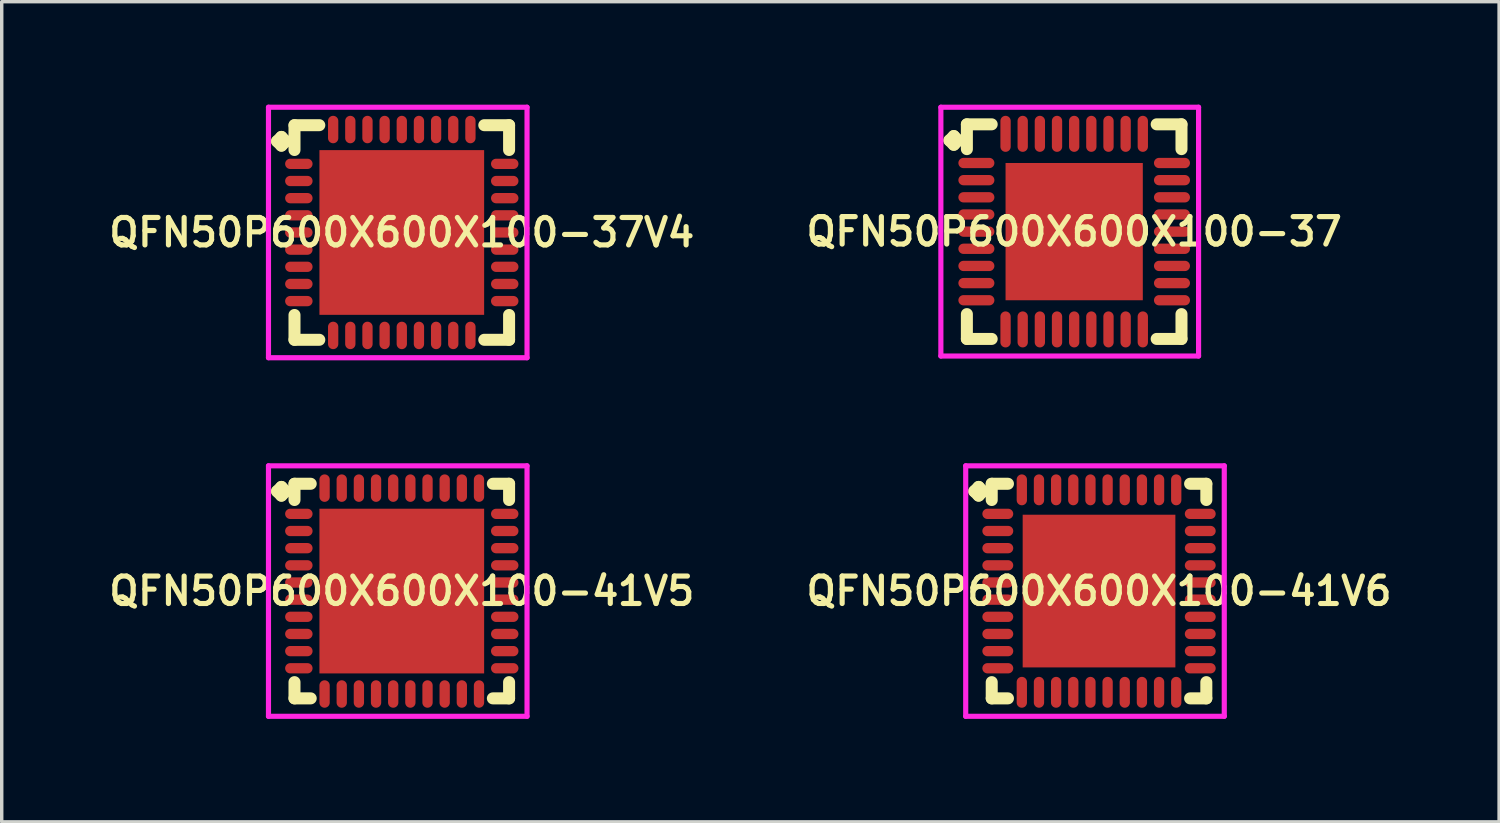
<source format=kicad_pcb>
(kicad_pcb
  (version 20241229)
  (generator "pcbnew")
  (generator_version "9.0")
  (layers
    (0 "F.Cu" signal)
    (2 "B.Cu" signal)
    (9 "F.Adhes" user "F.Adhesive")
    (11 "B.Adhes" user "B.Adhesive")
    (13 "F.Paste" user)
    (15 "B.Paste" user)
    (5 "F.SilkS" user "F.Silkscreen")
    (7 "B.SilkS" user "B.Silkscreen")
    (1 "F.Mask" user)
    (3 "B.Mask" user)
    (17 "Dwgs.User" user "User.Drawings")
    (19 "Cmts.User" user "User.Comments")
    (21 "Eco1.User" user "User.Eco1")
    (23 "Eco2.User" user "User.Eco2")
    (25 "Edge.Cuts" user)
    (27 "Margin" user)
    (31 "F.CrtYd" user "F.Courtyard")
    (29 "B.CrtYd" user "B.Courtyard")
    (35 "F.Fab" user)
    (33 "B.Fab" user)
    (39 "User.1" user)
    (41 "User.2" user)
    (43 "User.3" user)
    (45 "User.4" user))
  (footprint "QFN50P600X600X100-41V6"
    (layer "F.Cu")
    (at 28.978 14.175)
    (property "Reference" "QFN50P600X600X100-41V6" (at 0 0 0) (layer "F.SilkS") (effects (font (size 0.8 0.8) (thickness 0.15))))
    (attr smd)
    (fp_line (start -3.635 -2.908) (end -3.508 -3.035) (stroke (width 0.35) (type solid)) (layer "F.SilkS"))
    (fp_line (start -3.508 -3.035) (end -3.381 -2.908) (stroke (width 0.35) (type solid)) (layer "F.SilkS"))
    (fp_line (start -3.508 -2.781) (end -3.635 -2.908) (stroke (width 0.35) (type solid)) (layer "F.SilkS"))
    (fp_line (start -3.381 -2.908) (end -3.508 -2.781) (stroke (width 0.35) (type solid)) (layer "F.SilkS"))
    (fp_line (start -3.127 -3.127) (end -2.654 -3.127) (stroke (width 0.35) (type solid)) (layer "F.SilkS"))
    (fp_line (start -3.127 -2.654) (end -3.127 -3.127) (stroke (width 0.35) (type solid)) (layer "F.SilkS"))
    (fp_line (start -3.127 2.654) (end -3.127 3.127) (stroke (width 0.35) (type solid)) (layer "F.SilkS"))
    (fp_line (start -3.127 3.127) (end -2.654 3.127) (stroke (width 0.35) (type solid)) (layer "F.SilkS"))
    (fp_line (start 2.654 -3.127) (end 3.127 -3.127) (stroke (width 0.35) (type solid)) (layer "F.SilkS"))
    (fp_line (start 2.654 3.127) (end 3.127 3.127) (stroke (width 0.35) (type solid)) (layer "F.SilkS"))
    (fp_line (start 3.127 -3.127) (end 3.127 -2.654) (stroke (width 0.35) (type solid)) (layer "F.SilkS"))
    (fp_line (start 3.127 3.127) (end 3.127 2.654) (stroke (width 0.35) (type solid)) (layer "F.SilkS"))
    (fp_line (start -3.885 -3.65) (end 3.65 -3.65) (stroke (width 0.15) (type solid)) (layer "F.CrtYd"))
    (fp_line (start -3.885 3.65) (end -3.885 -3.65) (stroke (width 0.15) (type solid)) (layer "F.CrtYd"))
    (fp_line (start 3.65 -3.65) (end 3.65 3.65) (stroke (width 0.15) (type solid)) (layer "F.CrtYd"))
    (fp_line (start 3.65 3.65) (end -3.885 3.65) (stroke (width 0.15) (type solid)) (layer "F.CrtYd"))
    (pad "1" smd oval (at -2.95 -2.25) (size 0.9 0.3) (layers "F.Cu" "F.Mask" "F.Paste"))
    (pad "2" smd oval (at -2.95 -1.75) (size 0.9 0.3) (layers "F.Cu" "F.Mask" "F.Paste"))
    (pad "3" smd oval (at -2.95 -1.25) (size 0.9 0.3) (layers "F.Cu" "F.Mask" "F.Paste"))
    (pad "4" smd oval (at -2.95 -0.75) (size 0.9 0.3) (layers "F.Cu" "F.Mask" "F.Paste"))
    (pad "5" smd oval (at -2.95 -0.25) (size 0.9 0.3) (layers "F.Cu" "F.Mask" "F.Paste"))
    (pad "6" smd oval (at -2.95 0.25) (size 0.9 0.3) (layers "F.Cu" "F.Mask" "F.Paste"))
    (pad "7" smd oval (at -2.95 0.75) (size 0.9 0.3) (layers "F.Cu" "F.Mask" "F.Paste"))
    (pad "8" smd oval (at -2.95 1.25) (size 0.9 0.3) (layers "F.Cu" "F.Mask" "F.Paste"))
    (pad "9" smd oval (at -2.95 1.75) (size 0.9 0.3) (layers "F.Cu" "F.Mask" "F.Paste"))
    (pad "10" smd oval (at -2.95 2.25) (size 0.9 0.3) (layers "F.Cu" "F.Mask" "F.Paste"))
    (pad "11" smd oval (at -2.25 2.95) (size 0.3 0.9) (layers "F.Cu" "F.Mask" "F.Paste"))
    (pad "12" smd oval (at -1.75 2.95) (size 0.3 0.9) (layers "F.Cu" "F.Mask" "F.Paste"))
    (pad "13" smd oval (at -1.25 2.95) (size 0.3 0.9) (layers "F.Cu" "F.Mask" "F.Paste"))
    (pad "14" smd oval (at -0.75 2.95) (size 0.3 0.9) (layers "F.Cu" "F.Mask" "F.Paste"))
    (pad "15" smd oval (at -0.25 2.95) (size 0.3 0.9) (layers "F.Cu" "F.Mask" "F.Paste"))
    (pad "16" smd oval (at 0.25 2.95) (size 0.3 0.9) (layers "F.Cu" "F.Mask" "F.Paste"))
    (pad "17" smd oval (at 0.75 2.95) (size 0.3 0.9) (layers "F.Cu" "F.Mask" "F.Paste"))
    (pad "18" smd oval (at 1.25 2.95) (size 0.3 0.9) (layers "F.Cu" "F.Mask" "F.Paste"))
    (pad "19" smd oval (at 1.75 2.95) (size 0.3 0.9) (layers "F.Cu" "F.Mask" "F.Paste"))
    (pad "20" smd oval (at 2.25 2.95) (size 0.3 0.9) (layers "F.Cu" "F.Mask" "F.Paste"))
    (pad "21" smd oval (at 2.95 2.25) (size 0.9 0.3) (layers "F.Cu" "F.Mask" "F.Paste"))
    (pad "22" smd oval (at 2.95 1.75) (size 0.9 0.3) (layers "F.Cu" "F.Mask" "F.Paste"))
    (pad "23" smd oval (at 2.95 1.25) (size 0.9 0.3) (layers "F.Cu" "F.Mask" "F.Paste"))
    (pad "24" smd oval (at 2.95 0.75) (size 0.9 0.3) (layers "F.Cu" "F.Mask" "F.Paste"))
    (pad "25" smd oval (at 2.95 0.25) (size 0.9 0.3) (layers "F.Cu" "F.Mask" "F.Paste"))
    (pad "26" smd oval (at 2.95 -0.25) (size 0.9 0.3) (layers "F.Cu" "F.Mask" "F.Paste"))
    (pad "27" smd oval (at 2.95 -0.75) (size 0.9 0.3) (layers "F.Cu" "F.Mask" "F.Paste"))
    (pad "28" smd oval (at 2.95 -1.25) (size 0.9 0.3) (layers "F.Cu" "F.Mask" "F.Paste"))
    (pad "29" smd oval (at 2.95 -1.75) (size 0.9 0.3) (layers "F.Cu" "F.Mask" "F.Paste"))
    (pad "30" smd oval (at 2.95 -2.25) (size 0.9 0.3) (layers "F.Cu" "F.Mask" "F.Paste"))
    (pad "31" smd oval (at 2.25 -2.95) (size 0.3 0.9) (layers "F.Cu" "F.Mask" "F.Paste"))
    (pad "32" smd oval (at 1.75 -2.95) (size 0.3 0.9) (layers "F.Cu" "F.Mask" "F.Paste"))
    (pad "33" smd oval (at 1.25 -2.95) (size 0.3 0.9) (layers "F.Cu" "F.Mask" "F.Paste"))
    (pad "34" smd oval (at 0.75 -2.95) (size 0.3 0.9) (layers "F.Cu" "F.Mask" "F.Paste"))
    (pad "35" smd oval (at 0.25 -2.95) (size 0.3 0.9) (layers "F.Cu" "F.Mask" "F.Paste"))
    (pad "36" smd oval (at -0.25 -2.95) (size 0.3 0.9) (layers "F.Cu" "F.Mask" "F.Paste"))
    (pad "37" smd oval (at -0.75 -2.95) (size 0.3 0.9) (layers "F.Cu" "F.Mask" "F.Paste"))
    (pad "38" smd oval (at -1.25 -2.95) (size 0.3 0.9) (layers "F.Cu" "F.Mask" "F.Paste"))
    (pad "39" smd oval (at -1.75 -2.95) (size 0.3 0.9) (layers "F.Cu" "F.Mask" "F.Paste"))
    (pad "40" smd oval (at -2.25 -2.95) (size 0.3 0.9) (layers "F.Cu" "F.Mask" "F.Paste"))
    (pad "41" smd rect (at 0 0) (size 4.45 4.45) (layers "F.Cu" "F.Mask" "F.Paste")))
  (footprint "QFN50P600X600X100-37"
    (layer "F.Cu")
    (at 28.254 3.7)
    (property "Reference" "QFN50P600X600X100-37" (at 0 0 0) (layer "F.SilkS") (effects (font (size 0.8 0.8) (thickness 0.15))))
    (attr smd)
    (fp_line (start -3.635 -2.658) (end -3.508 -2.785) (stroke (width 0.35) (type solid)) (layer "F.SilkS"))
    (fp_line (start -3.508 -2.785) (end -3.381 -2.658) (stroke (width 0.35) (type solid)) (layer "F.SilkS"))
    (fp_line (start -3.508 -2.531) (end -3.635 -2.658) (stroke (width 0.35) (type solid)) (layer "F.SilkS"))
    (fp_line (start -3.381 -2.658) (end -3.508 -2.531) (stroke (width 0.35) (type solid)) (layer "F.SilkS"))
    (fp_line (start -3.127 -3.127) (end -2.404 -3.127) (stroke (width 0.35) (type solid)) (layer "F.SilkS"))
    (fp_line (start -3.127 -2.404) (end -3.127 -3.127) (stroke (width 0.35) (type solid)) (layer "F.SilkS"))
    (fp_line (start -3.127 2.404) (end -3.127 3.127) (stroke (width 0.35) (type solid)) (layer "F.SilkS"))
    (fp_line (start -3.127 3.127) (end -2.404 3.127) (stroke (width 0.35) (type solid)) (layer "F.SilkS"))
    (fp_line (start 2.404 -3.127) (end 3.127 -3.127) (stroke (width 0.35) (type solid)) (layer "F.SilkS"))
    (fp_line (start 2.404 3.127) (end 3.127 3.127) (stroke (width 0.35) (type solid)) (layer "F.SilkS"))
    (fp_line (start 3.127 -3.127) (end 3.127 -2.404) (stroke (width 0.35) (type solid)) (layer "F.SilkS"))
    (fp_line (start 3.127 3.127) (end 3.127 2.404) (stroke (width 0.35) (type solid)) (layer "F.SilkS"))
    (fp_line (start -3.885 -3.625) (end 3.625 -3.625) (stroke (width 0.15) (type solid)) (layer "F.CrtYd"))
    (fp_line (start -3.885 3.625) (end -3.885 -3.625) (stroke (width 0.15) (type solid)) (layer "F.CrtYd"))
    (fp_line (start 3.625 -3.625) (end 3.625 3.625) (stroke (width 0.15) (type solid)) (layer "F.CrtYd"))
    (fp_line (start 3.625 3.625) (end -3.885 3.625) (stroke (width 0.15) (type solid)) (layer "F.CrtYd"))
    (pad "1" smd oval (at -2.85 -2) (size 1.05 0.3) (layers "F.Cu" "F.Mask" "F.Paste"))
    (pad "2" smd oval (at -2.85 -1.5) (size 1.05 0.3) (layers "F.Cu" "F.Mask" "F.Paste"))
    (pad "3" smd oval (at -2.85 -1) (size 1.05 0.3) (layers "F.Cu" "F.Mask" "F.Paste"))
    (pad "4" smd oval (at -2.85 -0.5) (size 1.05 0.3) (layers "F.Cu" "F.Mask" "F.Paste"))
    (pad "5" smd oval (at -2.85 0) (size 1.05 0.3) (layers "F.Cu" "F.Mask" "F.Paste"))
    (pad "6" smd oval (at -2.85 0.5) (size 1.05 0.3) (layers "F.Cu" "F.Mask" "F.Paste"))
    (pad "7" smd oval (at -2.85 1) (size 1.05 0.3) (layers "F.Cu" "F.Mask" "F.Paste"))
    (pad "8" smd oval (at -2.85 1.5) (size 1.05 0.3) (layers "F.Cu" "F.Mask" "F.Paste"))
    (pad "9" smd oval (at -2.85 2) (size 1.05 0.3) (layers "F.Cu" "F.Mask" "F.Paste"))
    (pad "10" smd oval (at -2 2.85) (size 0.3 1.05) (layers "F.Cu" "F.Mask" "F.Paste"))
    (pad "11" smd oval (at -1.5 2.85) (size 0.3 1.05) (layers "F.Cu" "F.Mask" "F.Paste"))
    (pad "12" smd oval (at -1 2.85) (size 0.3 1.05) (layers "F.Cu" "F.Mask" "F.Paste"))
    (pad "13" smd oval (at -0.5 2.85) (size 0.3 1.05) (layers "F.Cu" "F.Mask" "F.Paste"))
    (pad "14" smd oval (at 0 2.85) (size 0.3 1.05) (layers "F.Cu" "F.Mask" "F.Paste"))
    (pad "15" smd oval (at 0.5 2.85) (size 0.3 1.05) (layers "F.Cu" "F.Mask" "F.Paste"))
    (pad "16" smd oval (at 1 2.85) (size 0.3 1.05) (layers "F.Cu" "F.Mask" "F.Paste"))
    (pad "17" smd oval (at 1.5 2.85) (size 0.3 1.05) (layers "F.Cu" "F.Mask" "F.Paste"))
    (pad "18" smd oval (at 2 2.85) (size 0.3 1.05) (layers "F.Cu" "F.Mask" "F.Paste"))
    (pad "19" smd oval (at 2.85 2) (size 1.05 0.3) (layers "F.Cu" "F.Mask" "F.Paste"))
    (pad "20" smd oval (at 2.85 1.5) (size 1.05 0.3) (layers "F.Cu" "F.Mask" "F.Paste"))
    (pad "21" smd oval (at 2.85 1) (size 1.05 0.3) (layers "F.Cu" "F.Mask" "F.Paste"))
    (pad "22" smd oval (at 2.85 0.5) (size 1.05 0.3) (layers "F.Cu" "F.Mask" "F.Paste"))
    (pad "23" smd oval (at 2.85 0) (size 1.05 0.3) (layers "F.Cu" "F.Mask" "F.Paste"))
    (pad "24" smd oval (at 2.85 -0.5) (size 1.05 0.3) (layers "F.Cu" "F.Mask" "F.Paste"))
    (pad "25" smd oval (at 2.85 -1) (size 1.05 0.3) (layers "F.Cu" "F.Mask" "F.Paste"))
    (pad "26" smd oval (at 2.85 -1.5) (size 1.05 0.3) (layers "F.Cu" "F.Mask" "F.Paste"))
    (pad "27" smd oval (at 2.85 -2) (size 1.05 0.3) (layers "F.Cu" "F.Mask" "F.Paste"))
    (pad "28" smd oval (at 2 -2.85) (size 0.3 1.05) (layers "F.Cu" "F.Mask" "F.Paste"))
    (pad "29" smd oval (at 1.5 -2.85) (size 0.3 1.05) (layers "F.Cu" "F.Mask" "F.Paste"))
    (pad "30" smd oval (at 1 -2.85) (size 0.3 1.05) (layers "F.Cu" "F.Mask" "F.Paste"))
    (pad "31" smd oval (at 0.5 -2.85) (size 0.3 1.05) (layers "F.Cu" "F.Mask" "F.Paste"))
    (pad "32" smd oval (at 0 -2.85) (size 0.3 1.05) (layers "F.Cu" "F.Mask" "F.Paste"))
    (pad "33" smd oval (at -0.5 -2.85) (size 0.3 1.05) (layers "F.Cu" "F.Mask" "F.Paste"))
    (pad "34" smd oval (at -1 -2.85) (size 0.3 1.05) (layers "F.Cu" "F.Mask" "F.Paste"))
    (pad "35" smd oval (at -1.5 -2.85) (size 0.3 1.05) (layers "F.Cu" "F.Mask" "F.Paste"))
    (pad "36" smd oval (at -2 -2.85) (size 0.3 1.05) (layers "F.Cu" "F.Mask" "F.Paste"))
    (pad "37" smd rect (at 0 0) (size 4 4) (layers "F.Cu" "F.Mask" "F.Paste")))
  (footprint "QFN50P600X600X100-37V4"
    (layer "F.Cu")
    (at 8.659 3.725)
    (property "Reference" "QFN50P600X600X100-37V4" (at 0 0 0) (layer "F.SilkS") (effects (font (size 0.8 0.8) (thickness 0.15))))
    (attr smd)
    (fp_line (start -3.635 -2.658) (end -3.508 -2.785) (stroke (width 0.35) (type solid)) (layer "F.SilkS"))
    (fp_line (start -3.508 -2.785) (end -3.381 -2.658) (stroke (width 0.35) (type solid)) (layer "F.SilkS"))
    (fp_line (start -3.508 -2.531) (end -3.635 -2.658) (stroke (width 0.35) (type solid)) (layer "F.SilkS"))
    (fp_line (start -3.381 -2.658) (end -3.508 -2.531) (stroke (width 0.35) (type solid)) (layer "F.SilkS"))
    (fp_line (start -3.127 -3.127) (end -2.404 -3.127) (stroke (width 0.35) (type solid)) (layer "F.SilkS"))
    (fp_line (start -3.127 -2.404) (end -3.127 -3.127) (stroke (width 0.35) (type solid)) (layer "F.SilkS"))
    (fp_line (start -3.127 2.404) (end -3.127 3.127) (stroke (width 0.35) (type solid)) (layer "F.SilkS"))
    (fp_line (start -3.127 3.127) (end -2.404 3.127) (stroke (width 0.35) (type solid)) (layer "F.SilkS"))
    (fp_line (start 2.404 -3.127) (end 3.127 -3.127) (stroke (width 0.35) (type solid)) (layer "F.SilkS"))
    (fp_line (start 2.404 3.127) (end 3.127 3.127) (stroke (width 0.35) (type solid)) (layer "F.SilkS"))
    (fp_line (start 3.127 -3.127) (end 3.127 -2.404) (stroke (width 0.35) (type solid)) (layer "F.SilkS"))
    (fp_line (start 3.127 3.127) (end 3.127 2.404) (stroke (width 0.35) (type solid)) (layer "F.SilkS"))
    (fp_line (start -3.885 -3.65) (end 3.65 -3.65) (stroke (width 0.15) (type solid)) (layer "F.CrtYd"))
    (fp_line (start -3.885 3.65) (end -3.885 -3.65) (stroke (width 0.15) (type solid)) (layer "F.CrtYd"))
    (fp_line (start 3.65 -3.65) (end 3.65 3.65) (stroke (width 0.15) (type solid)) (layer "F.CrtYd"))
    (fp_line (start 3.65 3.65) (end -3.885 3.65) (stroke (width 0.15) (type solid)) (layer "F.CrtYd"))
    (pad "1" smd oval (at -3 -2) (size 0.8 0.3) (layers "F.Cu" "F.Mask" "F.Paste"))
    (pad "2" smd oval (at -3 -1.5) (size 0.8 0.3) (layers "F.Cu" "F.Mask" "F.Paste"))
    (pad "3" smd oval (at -3 -1) (size 0.8 0.3) (layers "F.Cu" "F.Mask" "F.Paste"))
    (pad "4" smd oval (at -3 -0.5) (size 0.8 0.3) (layers "F.Cu" "F.Mask" "F.Paste"))
    (pad "5" smd oval (at -3 0) (size 0.8 0.3) (layers "F.Cu" "F.Mask" "F.Paste"))
    (pad "6" smd oval (at -3 0.5) (size 0.8 0.3) (layers "F.Cu" "F.Mask" "F.Paste"))
    (pad "7" smd oval (at -3 1) (size 0.8 0.3) (layers "F.Cu" "F.Mask" "F.Paste"))
    (pad "8" smd oval (at -3 1.5) (size 0.8 0.3) (layers "F.Cu" "F.Mask" "F.Paste"))
    (pad "9" smd oval (at -3 2) (size 0.8 0.3) (layers "F.Cu" "F.Mask" "F.Paste"))
    (pad "10" smd oval (at -2 3) (size 0.3 0.8) (layers "F.Cu" "F.Mask" "F.Paste"))
    (pad "11" smd oval (at -1.5 3) (size 0.3 0.8) (layers "F.Cu" "F.Mask" "F.Paste"))
    (pad "12" smd oval (at -1 3) (size 0.3 0.8) (layers "F.Cu" "F.Mask" "F.Paste"))
    (pad "13" smd oval (at -0.5 3) (size 0.3 0.8) (layers "F.Cu" "F.Mask" "F.Paste"))
    (pad "14" smd oval (at 0 3) (size 0.3 0.8) (layers "F.Cu" "F.Mask" "F.Paste"))
    (pad "15" smd oval (at 0.5 3) (size 0.3 0.8) (layers "F.Cu" "F.Mask" "F.Paste"))
    (pad "16" smd oval (at 1 3) (size 0.3 0.8) (layers "F.Cu" "F.Mask" "F.Paste"))
    (pad "17" smd oval (at 1.5 3) (size 0.3 0.8) (layers "F.Cu" "F.Mask" "F.Paste"))
    (pad "18" smd oval (at 2 3) (size 0.3 0.8) (layers "F.Cu" "F.Mask" "F.Paste"))
    (pad "19" smd oval (at 3 2) (size 0.8 0.3) (layers "F.Cu" "F.Mask" "F.Paste"))
    (pad "20" smd oval (at 3 1.5) (size 0.8 0.3) (layers "F.Cu" "F.Mask" "F.Paste"))
    (pad "21" smd oval (at 3 1) (size 0.8 0.3) (layers "F.Cu" "F.Mask" "F.Paste"))
    (pad "22" smd oval (at 3 0.5) (size 0.8 0.3) (layers "F.Cu" "F.Mask" "F.Paste"))
    (pad "23" smd oval (at 3 0) (size 0.8 0.3) (layers "F.Cu" "F.Mask" "F.Paste"))
    (pad "24" smd oval (at 3 -0.5) (size 0.8 0.3) (layers "F.Cu" "F.Mask" "F.Paste"))
    (pad "25" smd oval (at 3 -1) (size 0.8 0.3) (layers "F.Cu" "F.Mask" "F.Paste"))
    (pad "26" smd oval (at 3 -1.5) (size 0.8 0.3) (layers "F.Cu" "F.Mask" "F.Paste"))
    (pad "27" smd oval (at 3 -2) (size 0.8 0.3) (layers "F.Cu" "F.Mask" "F.Paste"))
    (pad "28" smd oval (at 2 -3) (size 0.3 0.8) (layers "F.Cu" "F.Mask" "F.Paste"))
    (pad "29" smd oval (at 1.5 -3) (size 0.3 0.8) (layers "F.Cu" "F.Mask" "F.Paste"))
    (pad "30" smd oval (at 1 -3) (size 0.3 0.8) (layers "F.Cu" "F.Mask" "F.Paste"))
    (pad "31" smd oval (at 0.5 -3) (size 0.3 0.8) (layers "F.Cu" "F.Mask" "F.Paste"))
    (pad "32" smd oval (at 0 -3) (size 0.3 0.8) (layers "F.Cu" "F.Mask" "F.Paste"))
    (pad "33" smd oval (at -0.5 -3) (size 0.3 0.8) (layers "F.Cu" "F.Mask" "F.Paste"))
    (pad "34" smd oval (at -1 -3) (size 0.3 0.8) (layers "F.Cu" "F.Mask" "F.Paste"))
    (pad "35" smd oval (at -1.5 -3) (size 0.3 0.8) (layers "F.Cu" "F.Mask" "F.Paste"))
    (pad "36" smd oval (at -2 -3) (size 0.3 0.8) (layers "F.Cu" "F.Mask" "F.Paste"))
    (pad "37" smd rect (at 0 0) (size 4.8 4.8) (layers "F.Cu" "F.Mask" "F.Paste")))
  (footprint "QFN50P600X600X100-41V5"
    (layer "F.Cu")
    (at 8.659 14.175)
    (property "Reference" "QFN50P600X600X100-41V5" (at 0 0 0) (layer "F.SilkS") (effects (font (size 0.8 0.8) (thickness 0.15))))
    (attr smd)
    (fp_line (start -3.635 -2.908) (end -3.508 -3.035) (stroke (width 0.35) (type solid)) (layer "F.SilkS"))
    (fp_line (start -3.508 -3.035) (end -3.381 -2.908) (stroke (width 0.35) (type solid)) (layer "F.SilkS"))
    (fp_line (start -3.508 -2.781) (end -3.635 -2.908) (stroke (width 0.35) (type solid)) (layer "F.SilkS"))
    (fp_line (start -3.381 -2.908) (end -3.508 -2.781) (stroke (width 0.35) (type solid)) (layer "F.SilkS"))
    (fp_line (start -3.127 -3.127) (end -2.654 -3.127) (stroke (width 0.35) (type solid)) (layer "F.SilkS"))
    (fp_line (start -3.127 -2.654) (end -3.127 -3.127) (stroke (width 0.35) (type solid)) (layer "F.SilkS"))
    (fp_line (start -3.127 2.654) (end -3.127 3.127) (stroke (width 0.35) (type solid)) (layer "F.SilkS"))
    (fp_line (start -3.127 3.127) (end -2.654 3.127) (stroke (width 0.35) (type solid)) (layer "F.SilkS"))
    (fp_line (start 2.654 -3.127) (end 3.127 -3.127) (stroke (width 0.35) (type solid)) (layer "F.SilkS"))
    (fp_line (start 2.654 3.127) (end 3.127 3.127) (stroke (width 0.35) (type solid)) (layer "F.SilkS"))
    (fp_line (start 3.127 -3.127) (end 3.127 -2.654) (stroke (width 0.35) (type solid)) (layer "F.SilkS"))
    (fp_line (start 3.127 3.127) (end 3.127 2.654) (stroke (width 0.35) (type solid)) (layer "F.SilkS"))
    (fp_line (start -3.885 -3.65) (end 3.65 -3.65) (stroke (width 0.15) (type solid)) (layer "F.CrtYd"))
    (fp_line (start -3.885 3.65) (end -3.885 -3.65) (stroke (width 0.15) (type solid)) (layer "F.CrtYd"))
    (fp_line (start 3.65 -3.65) (end 3.65 3.65) (stroke (width 0.15) (type solid)) (layer "F.CrtYd"))
    (fp_line (start 3.65 3.65) (end -3.885 3.65) (stroke (width 0.15) (type solid)) (layer "F.CrtYd"))
    (pad "1" smd oval (at -3 -2.25) (size 0.8 0.3) (layers "F.Cu" "F.Mask" "F.Paste"))
    (pad "2" smd oval (at -3 -1.75) (size 0.8 0.3) (layers "F.Cu" "F.Mask" "F.Paste"))
    (pad "3" smd oval (at -3 -1.25) (size 0.8 0.3) (layers "F.Cu" "F.Mask" "F.Paste"))
    (pad "4" smd oval (at -3 -0.75) (size 0.8 0.3) (layers "F.Cu" "F.Mask" "F.Paste"))
    (pad "5" smd oval (at -3 -0.25) (size 0.8 0.3) (layers "F.Cu" "F.Mask" "F.Paste"))
    (pad "6" smd oval (at -3 0.25) (size 0.8 0.3) (layers "F.Cu" "F.Mask" "F.Paste"))
    (pad "7" smd oval (at -3 0.75) (size 0.8 0.3) (layers "F.Cu" "F.Mask" "F.Paste"))
    (pad "8" smd oval (at -3 1.25) (size 0.8 0.3) (layers "F.Cu" "F.Mask" "F.Paste"))
    (pad "9" smd oval (at -3 1.75) (size 0.8 0.3) (layers "F.Cu" "F.Mask" "F.Paste"))
    (pad "10" smd oval (at -3 2.25) (size 0.8 0.3) (layers "F.Cu" "F.Mask" "F.Paste"))
    (pad "11" smd oval (at -2.25 3) (size 0.3 0.8) (layers "F.Cu" "F.Mask" "F.Paste"))
    (pad "12" smd oval (at -1.75 3) (size 0.3 0.8) (layers "F.Cu" "F.Mask" "F.Paste"))
    (pad "13" smd oval (at -1.25 3) (size 0.3 0.8) (layers "F.Cu" "F.Mask" "F.Paste"))
    (pad "14" smd oval (at -0.75 3) (size 0.3 0.8) (layers "F.Cu" "F.Mask" "F.Paste"))
    (pad "15" smd oval (at -0.25 3) (size 0.3 0.8) (layers "F.Cu" "F.Mask" "F.Paste"))
    (pad "16" smd oval (at 0.25 3) (size 0.3 0.8) (layers "F.Cu" "F.Mask" "F.Paste"))
    (pad "17" smd oval (at 0.75 3) (size 0.3 0.8) (layers "F.Cu" "F.Mask" "F.Paste"))
    (pad "18" smd oval (at 1.25 3) (size 0.3 0.8) (layers "F.Cu" "F.Mask" "F.Paste"))
    (pad "19" smd oval (at 1.75 3) (size 0.3 0.8) (layers "F.Cu" "F.Mask" "F.Paste"))
    (pad "20" smd oval (at 2.25 3) (size 0.3 0.8) (layers "F.Cu" "F.Mask" "F.Paste"))
    (pad "21" smd oval (at 3 2.25) (size 0.8 0.3) (layers "F.Cu" "F.Mask" "F.Paste"))
    (pad "22" smd oval (at 3 1.75) (size 0.8 0.3) (layers "F.Cu" "F.Mask" "F.Paste"))
    (pad "23" smd oval (at 3 1.25) (size 0.8 0.3) (layers "F.Cu" "F.Mask" "F.Paste"))
    (pad "24" smd oval (at 3 0.75) (size 0.8 0.3) (layers "F.Cu" "F.Mask" "F.Paste"))
    (pad "25" smd oval (at 3 0.25) (size 0.8 0.3) (layers "F.Cu" "F.Mask" "F.Paste"))
    (pad "26" smd oval (at 3 -0.25) (size 0.8 0.3) (layers "F.Cu" "F.Mask" "F.Paste"))
    (pad "27" smd oval (at 3 -0.75) (size 0.8 0.3) (layers "F.Cu" "F.Mask" "F.Paste"))
    (pad "28" smd oval (at 3 -1.25) (size 0.8 0.3) (layers "F.Cu" "F.Mask" "F.Paste"))
    (pad "29" smd oval (at 3 -1.75) (size 0.8 0.3) (layers "F.Cu" "F.Mask" "F.Paste"))
    (pad "30" smd oval (at 3 -2.25) (size 0.8 0.3) (layers "F.Cu" "F.Mask" "F.Paste"))
    (pad "31" smd oval (at 2.25 -3) (size 0.3 0.8) (layers "F.Cu" "F.Mask" "F.Paste"))
    (pad "32" smd oval (at 1.75 -3) (size 0.3 0.8) (layers "F.Cu" "F.Mask" "F.Paste"))
    (pad "33" smd oval (at 1.25 -3) (size 0.3 0.8) (layers "F.Cu" "F.Mask" "F.Paste"))
    (pad "34" smd oval (at 0.75 -3) (size 0.3 0.8) (layers "F.Cu" "F.Mask" "F.Paste"))
    (pad "35" smd oval (at 0.25 -3) (size 0.3 0.8) (layers "F.Cu" "F.Mask" "F.Paste"))
    (pad "36" smd oval (at -0.25 -3) (size 0.3 0.8) (layers "F.Cu" "F.Mask" "F.Paste"))
    (pad "37" smd oval (at -0.75 -3) (size 0.3 0.8) (layers "F.Cu" "F.Mask" "F.Paste"))
    (pad "38" smd oval (at -1.25 -3) (size 0.3 0.8) (layers "F.Cu" "F.Mask" "F.Paste"))
    (pad "39" smd oval (at -1.75 -3) (size 0.3 0.8) (layers "F.Cu" "F.Mask" "F.Paste"))
    (pad "40" smd oval (at -2.25 -3) (size 0.3 0.8) (layers "F.Cu" "F.Mask" "F.Paste"))
    (pad "41" smd rect (at 0 0) (size 4.8 4.8) (layers "F.Cu" "F.Mask" "F.Paste")))
  (gr_rect
    (start -3 -3)
    (end 40.637 20.9)
    (stroke (width 0.1) (type default))
    (fill no)
    (layer "Edge.Cuts")))
</source>
